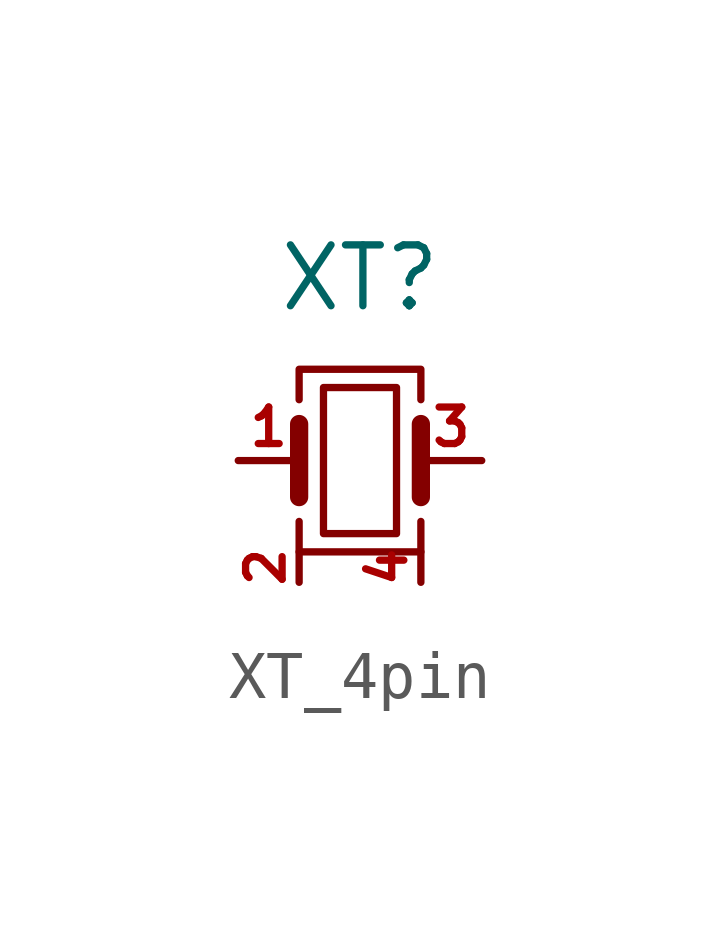
<source format=kicad_sym>
(kicad_symbol_lib
  (version 20220914)
  (generator kicad_symbol_editor)
  (symbol "XT_4pin"
    (pin_names hide)
    (property "Reference" "XT"
      (at 0 3.81 0)
      (effects (font (size 1.27 1.27))))
    (property "Value" ""
      (at 0 0 0)
      (effects (font (size 1.27 1.27))))
    (symbol "XT_4pin_0_1"
      (rectangle (start -0.762 -1.524) (end 0.762 1.524) (stroke (width 0) (type default)) (fill (type none)))
      (polyline (pts (xy -1.27 -0.762) (xy -1.27 0.762)) (stroke (width 0.381) (type default)) (fill (type none)))
      (polyline (pts (xy 1.27 -0.762) (xy 1.27 0.762)) (stroke (width 0.381) (type default)) (fill (type none)))
      (polyline (pts (xy -1.27 -1.27) (xy -1.27 -1.905) (xy 1.27 -1.905) (xy 1.27 -1.27)) (stroke (width 0) (type default)) (fill (type none)))
      (polyline (pts (xy -1.27 1.27) (xy -1.27 1.905) (xy 1.27 1.905) (xy 1.27 1.27)) (stroke (width 0) (type default)) (fill (type none))))
    (symbol "XT_4pin_1_1"
      (pin passive line (at -2.54 0 0) (length 1.27) (name "1" (effects (font (size 1.27 1.27)))) (number "1" (effects (font (size 0.762 0.762)))))
      (pin passive line (at -1.27 -2.54 90) (length 0.635) (name "2" (effects (font (size 1.27 1.27)))) (number "2" (effects (font (size 0.762 0.762)))))
      (pin passive line (at 2.54 0 180) (length 1.27) (name "3" (effects (font (size 1.27 1.27)))) (number "3" (effects (font (size 0.762 0.762)))))
      (pin passive line (at 1.27 -2.54 90) (length 0.635) (name "4" (effects (font (size 1.27 1.27)))) (number "4" (effects (font (size 0.762 0.762))))))))
</source>
